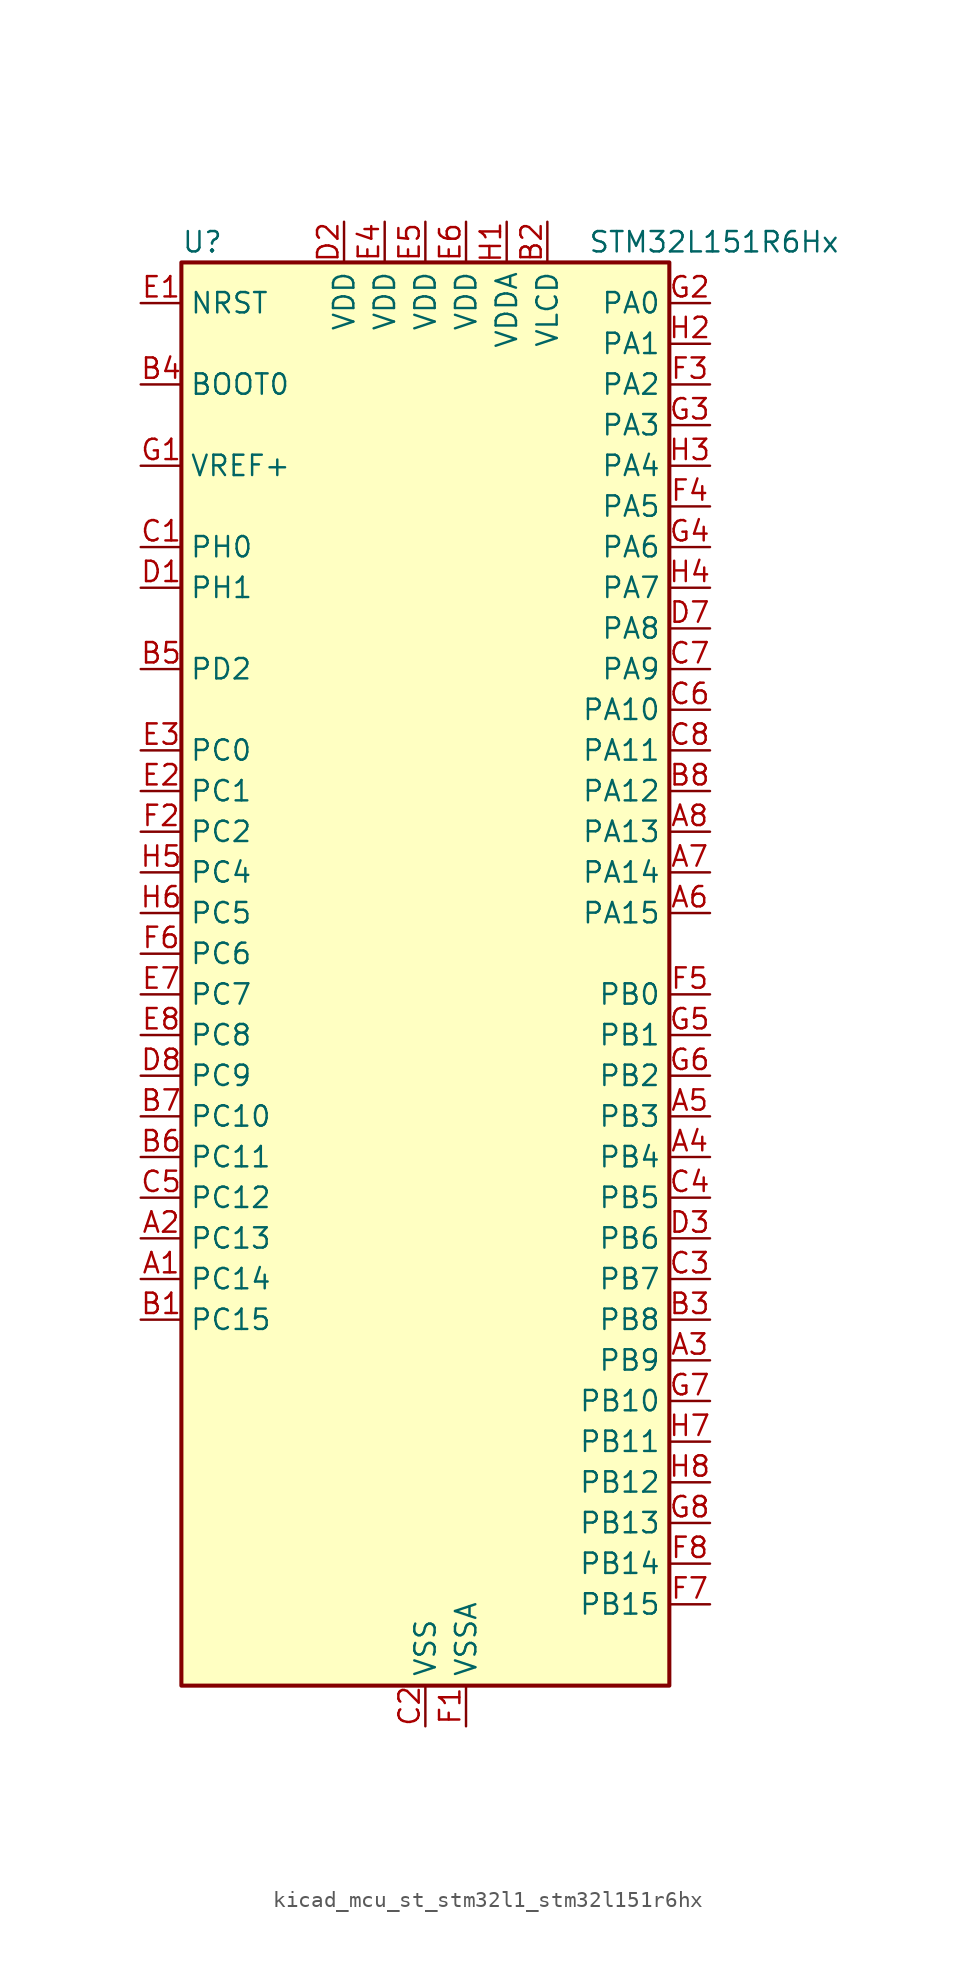
<source format=kicad_sym>
(kicad_symbol_lib
  (version 20220914)
  (generator kicad_symbol_editor)
  (symbol "kicad_mcu_st_stm32l1_stm32l151r6hx"
    (property "Reference" "U"
      (at -15.24 46.99 0)
      (effects (font (size 1.27 1.27)) (justify left)))
    (property "Value" "STM32L151R6Hx"
      (at 10.16 46.99 0)
      (effects (font (size 1.27 1.27)) (justify left)))
    (property "ki_locked" ""
      (at 0 0 0)
      (effects (font (size 1.27 1.27))))
    (symbol "kicad_mcu_st_stm32l1_stm32l151r6hx_0_1"
      (rectangle (start -15.24 -43.18) (end 15.24 45.72) (stroke (width 0.254) (type default)) (fill (type background))))
    (symbol "kicad_mcu_st_stm32l1_stm32l151r6hx_1_1"
      (pin bidirectional line (at -17.78 -17.78 0) (length 2.54) (name "PC14" (effects (font (size 1.27 1.27)))) (number "A1" (effects (font (size 1.27 1.27)))) (alternate "RCC_OSC32_IN" bidirectional line) (alternate "TIMX_IC3" bidirectional line))
      (pin bidirectional line (at -17.78 -15.24 0) (length 2.54) (name "PC13" (effects (font (size 1.27 1.27)))) (number "A2" (effects (font (size 1.27 1.27)))) (alternate "RTC_OUT_ALARM" bidirectional line) (alternate "RTC_OUT_CALIB" bidirectional line) (alternate "RTC_TAMP1" bidirectional line) (alternate "RTC_TS" bidirectional line) (alternate "SYS_WKUP2" bidirectional line) (alternate "TIMX_IC2" bidirectional line))
      (pin bidirectional line (at 17.78 -22.86 180) (length 2.54) (name "PB9" (effects (font (size 1.27 1.27)))) (number "A3" (effects (font (size 1.27 1.27)))) (alternate "DAC_EXTI9" bidirectional line) (alternate "I2C1_SDA" bidirectional line) (alternate "TIM11_CH1" bidirectional line) (alternate "TIM4_CH4" bidirectional line))
      (pin bidirectional line (at 17.78 -10.16 180) (length 2.54) (name "PB4" (effects (font (size 1.27 1.27)))) (number "A4" (effects (font (size 1.27 1.27)))) (alternate "COMP2_INP" bidirectional line) (alternate "SPI1_MISO" bidirectional line) (alternate "SYS_JTRST" bidirectional line) (alternate "TIM3_CH1" bidirectional line) (alternate "TS_G6_IO1" bidirectional line))
      (pin bidirectional line (at 17.78 -7.62 180) (length 2.54) (name "PB3" (effects (font (size 1.27 1.27)))) (number "A5" (effects (font (size 1.27 1.27)))) (alternate "COMP2_INM" bidirectional line) (alternate "SPI1_SCK" bidirectional line) (alternate "SYS_JTDO-TRACESWO" bidirectional line) (alternate "TIM2_CH2" bidirectional line))
      (pin bidirectional line (at 17.78 5.08 180) (length 2.54) (name "PA15" (effects (font (size 1.27 1.27)))) (number "A6" (effects (font (size 1.27 1.27)))) (alternate "ADC_EXTI15" bidirectional line) (alternate "SPI1_NSS" bidirectional line) (alternate "SYS_JTDI" bidirectional line) (alternate "TIM2_CH1" bidirectional line) (alternate "TIM2_ETR" bidirectional line) (alternate "TIMX_IC4" bidirectional line) (alternate "TS_G5_IO3" bidirectional line))
      (pin bidirectional line (at 17.78 7.62 180) (length 2.54) (name "PA14" (effects (font (size 1.27 1.27)))) (number "A7" (effects (font (size 1.27 1.27)))) (alternate "SYS_JTCK-SWCLK" bidirectional line) (alternate "TIMX_IC3" bidirectional line) (alternate "TS_G5_IO2" bidirectional line))
      (pin bidirectional line (at 17.78 10.16 180) (length 2.54) (name "PA13" (effects (font (size 1.27 1.27)))) (number "A8" (effects (font (size 1.27 1.27)))) (alternate "SYS_JTMS-SWDIO" bidirectional line) (alternate "TIMX_IC2" bidirectional line) (alternate "TS_G5_IO1" bidirectional line))
      (pin bidirectional line (at -17.78 -20.32 0) (length 2.54) (name "PC15" (effects (font (size 1.27 1.27)))) (number "B1" (effects (font (size 1.27 1.27)))) (alternate "ADC_EXTI15" bidirectional line) (alternate "RCC_OSC32_OUT" bidirectional line) (alternate "TIMX_IC4" bidirectional line))
      (pin power_in line (at 7.62 48.26 270) (length 2.54) (name "VLCD" (effects (font (size 1.27 1.27)))) (number "B2" (effects (font (size 1.27 1.27)))))
      (pin bidirectional line (at 17.78 -20.32 180) (length 2.54) (name "PB8" (effects (font (size 1.27 1.27)))) (number "B3" (effects (font (size 1.27 1.27)))) (alternate "I2C1_SCL" bidirectional line) (alternate "TIM10_CH1" bidirectional line) (alternate "TIM4_CH3" bidirectional line))
      (pin input line (at -17.78 38.1 0) (length 2.54) (name "BOOT0" (effects (font (size 1.27 1.27)))) (number "B4" (effects (font (size 1.27 1.27)))))
      (pin bidirectional line (at -17.78 20.32 0) (length 2.54) (name "PD2" (effects (font (size 1.27 1.27)))) (number "B5" (effects (font (size 1.27 1.27)))) (alternate "TIM3_ETR" bidirectional line) (alternate "TIMX_IC3" bidirectional line))
      (pin bidirectional line (at -17.78 -10.16 0) (length 2.54) (name "PC11" (effects (font (size 1.27 1.27)))) (number "B6" (effects (font (size 1.27 1.27)))) (alternate "ADC_EXTI11" bidirectional line) (alternate "TIMX_IC4" bidirectional line) (alternate "USART3_RX" bidirectional line))
      (pin bidirectional line (at -17.78 -7.62 0) (length 2.54) (name "PC10" (effects (font (size 1.27 1.27)))) (number "B7" (effects (font (size 1.27 1.27)))) (alternate "TIMX_IC3" bidirectional line) (alternate "USART3_TX" bidirectional line))
      (pin bidirectional line (at 17.78 12.7 180) (length 2.54) (name "PA12" (effects (font (size 1.27 1.27)))) (number "B8" (effects (font (size 1.27 1.27)))) (alternate "SPI1_MOSI" bidirectional line) (alternate "TIMX_IC1" bidirectional line) (alternate "USART1_RTS" bidirectional line) (alternate "USB_DP" bidirectional line))
      (pin bidirectional line (at -17.78 27.94 0) (length 2.54) (name "PH0" (effects (font (size 1.27 1.27)))) (number "C1" (effects (font (size 1.27 1.27)))) (alternate "RCC_OSC_IN" bidirectional line))
      (pin power_in line (at 0 -45.72 90) (length 2.54) (name "VSS" (effects (font (size 1.27 1.27)))) (number "C2" (effects (font (size 1.27 1.27)))))
      (pin bidirectional line (at 17.78 -17.78 180) (length 2.54) (name "PB7" (effects (font (size 1.27 1.27)))) (number "C3" (effects (font (size 1.27 1.27)))) (alternate "I2C1_SDA" bidirectional line) (alternate "SYS_PVD_IN" bidirectional line) (alternate "TIM4_CH2" bidirectional line) (alternate "USART1_RX" bidirectional line))
      (pin bidirectional line (at 17.78 -12.7 180) (length 2.54) (name "PB5" (effects (font (size 1.27 1.27)))) (number "C4" (effects (font (size 1.27 1.27)))) (alternate "COMP2_INP" bidirectional line) (alternate "I2C1_SMBA" bidirectional line) (alternate "SPI1_MOSI" bidirectional line) (alternate "TIM3_CH2" bidirectional line) (alternate "TS_G6_IO2" bidirectional line))
      (pin bidirectional line (at -17.78 -12.7 0) (length 2.54) (name "PC12" (effects (font (size 1.27 1.27)))) (number "C5" (effects (font (size 1.27 1.27)))) (alternate "TIMX_IC1" bidirectional line) (alternate "USART3_CK" bidirectional line))
      (pin bidirectional line (at 17.78 17.78 180) (length 2.54) (name "PA10" (effects (font (size 1.27 1.27)))) (number "C6" (effects (font (size 1.27 1.27)))) (alternate "TIMX_IC3" bidirectional line) (alternate "TS_G4_IO3" bidirectional line) (alternate "USART1_RX" bidirectional line))
      (pin bidirectional line (at 17.78 20.32 180) (length 2.54) (name "PA9" (effects (font (size 1.27 1.27)))) (number "C7" (effects (font (size 1.27 1.27)))) (alternate "DAC_EXTI9" bidirectional line) (alternate "TIMX_IC2" bidirectional line) (alternate "TS_G4_IO2" bidirectional line) (alternate "USART1_TX" bidirectional line))
      (pin bidirectional line (at 17.78 15.24 180) (length 2.54) (name "PA11" (effects (font (size 1.27 1.27)))) (number "C8" (effects (font (size 1.27 1.27)))) (alternate "ADC_EXTI11" bidirectional line) (alternate "SPI1_MISO" bidirectional line) (alternate "TIMX_IC4" bidirectional line) (alternate "USART1_CTS" bidirectional line) (alternate "USB_DM" bidirectional line))
      (pin bidirectional line (at -17.78 25.4 0) (length 2.54) (name "PH1" (effects (font (size 1.27 1.27)))) (number "D1" (effects (font (size 1.27 1.27)))) (alternate "RCC_OSC_OUT" bidirectional line))
      (pin power_in line (at -5.08 48.26 270) (length 2.54) (name "VDD" (effects (font (size 1.27 1.27)))) (number "D2" (effects (font (size 1.27 1.27)))))
      (pin bidirectional line (at 17.78 -15.24 180) (length 2.54) (name "PB6" (effects (font (size 1.27 1.27)))) (number "D3" (effects (font (size 1.27 1.27)))) (alternate "I2C1_SCL" bidirectional line) (alternate "TIM4_CH1" bidirectional line) (alternate "USART1_TX" bidirectional line))
      (pin passive line (at 0 -45.72 90) (length 2.54) hide (name "VSS" (effects (font (size 1.27 1.27)))) (number "D4" (effects (font (size 1.27 1.27)))))
      (pin passive line (at 0 -45.72 90) (length 2.54) hide (name "VSS" (effects (font (size 1.27 1.27)))) (number "D5" (effects (font (size 1.27 1.27)))))
      (pin passive line (at 0 -45.72 90) (length 2.54) hide (name "VSS" (effects (font (size 1.27 1.27)))) (number "D6" (effects (font (size 1.27 1.27)))))
      (pin bidirectional line (at 17.78 22.86 180) (length 2.54) (name "PA8" (effects (font (size 1.27 1.27)))) (number "D7" (effects (font (size 1.27 1.27)))) (alternate "RCC_MCO" bidirectional line) (alternate "TIMX_IC1" bidirectional line) (alternate "TS_G4_IO1" bidirectional line) (alternate "USART1_CK" bidirectional line))
      (pin bidirectional line (at -17.78 -5.08 0) (length 2.54) (name "PC9" (effects (font (size 1.27 1.27)))) (number "D8" (effects (font (size 1.27 1.27)))) (alternate "DAC_EXTI9" bidirectional line) (alternate "TIM3_CH4" bidirectional line) (alternate "TIMX_IC2" bidirectional line) (alternate "TS_G10_IO4" bidirectional line))
      (pin input line (at -17.78 43.18 0) (length 2.54) (name "NRST" (effects (font (size 1.27 1.27)))) (number "E1" (effects (font (size 1.27 1.27)))))
      (pin bidirectional line (at -17.78 12.7 0) (length 2.54) (name "PC1" (effects (font (size 1.27 1.27)))) (number "E2" (effects (font (size 1.27 1.27)))) (alternate "ADC_IN11" bidirectional line) (alternate "COMP1_INP" bidirectional line) (alternate "TIMX_IC2" bidirectional line) (alternate "TS_G8_IO2" bidirectional line))
      (pin bidirectional line (at -17.78 15.24 0) (length 2.54) (name "PC0" (effects (font (size 1.27 1.27)))) (number "E3" (effects (font (size 1.27 1.27)))) (alternate "ADC_IN10" bidirectional line) (alternate "COMP1_INP" bidirectional line) (alternate "TIMX_IC1" bidirectional line) (alternate "TS_G8_IO1" bidirectional line))
      (pin power_in line (at -2.54 48.26 270) (length 2.54) (name "VDD" (effects (font (size 1.27 1.27)))) (number "E4" (effects (font (size 1.27 1.27)))))
      (pin power_in line (at 0 48.26 270) (length 2.54) (name "VDD" (effects (font (size 1.27 1.27)))) (number "E5" (effects (font (size 1.27 1.27)))))
      (pin power_in line (at 2.54 48.26 270) (length 2.54) (name "VDD" (effects (font (size 1.27 1.27)))) (number "E6" (effects (font (size 1.27 1.27)))))
      (pin bidirectional line (at -17.78 0 0) (length 2.54) (name "PC7" (effects (font (size 1.27 1.27)))) (number "E7" (effects (font (size 1.27 1.27)))) (alternate "TIM3_CH2" bidirectional line) (alternate "TIMX_IC4" bidirectional line) (alternate "TS_G10_IO2" bidirectional line))
      (pin bidirectional line (at -17.78 -2.54 0) (length 2.54) (name "PC8" (effects (font (size 1.27 1.27)))) (number "E8" (effects (font (size 1.27 1.27)))) (alternate "TIM3_CH3" bidirectional line) (alternate "TIMX_IC1" bidirectional line) (alternate "TS_G10_IO3" bidirectional line))
      (pin power_in line (at 2.54 -45.72 90) (length 2.54) (name "VSSA" (effects (font (size 1.27 1.27)))) (number "F1" (effects (font (size 1.27 1.27)))))
      (pin bidirectional line (at -17.78 10.16 0) (length 2.54) (name "PC2" (effects (font (size 1.27 1.27)))) (number "F2" (effects (font (size 1.27 1.27)))) (alternate "ADC_IN12" bidirectional line) (alternate "COMP1_INP" bidirectional line) (alternate "TIMX_IC3" bidirectional line) (alternate "TS_G8_IO3" bidirectional line))
      (pin bidirectional line (at 17.78 38.1 180) (length 2.54) (name "PA2" (effects (font (size 1.27 1.27)))) (number "F3" (effects (font (size 1.27 1.27)))) (alternate "ADC_IN2" bidirectional line) (alternate "COMP1_INP" bidirectional line) (alternate "TIM2_CH3" bidirectional line) (alternate "TIM9_CH1" bidirectional line) (alternate "TIMX_IC3" bidirectional line) (alternate "TS_G1_IO3" bidirectional line) (alternate "USART2_TX" bidirectional line))
      (pin bidirectional line (at 17.78 30.48 180) (length 2.54) (name "PA5" (effects (font (size 1.27 1.27)))) (number "F4" (effects (font (size 1.27 1.27)))) (alternate "ADC_IN5" bidirectional line) (alternate "COMP1_INP" bidirectional line) (alternate "DAC_OUT2" bidirectional line) (alternate "SPI1_SCK" bidirectional line) (alternate "TIM2_CH1" bidirectional line) (alternate "TIM2_ETR" bidirectional line) (alternate "TIMX_IC2" bidirectional line))
      (pin bidirectional line (at 17.78 0 180) (length 2.54) (name "PB0" (effects (font (size 1.27 1.27)))) (number "F5" (effects (font (size 1.27 1.27)))) (alternate "ADC_IN8" bidirectional line) (alternate "COMP1_INP" bidirectional line) (alternate "SYS_V_REF_OUT" bidirectional line) (alternate "TIM3_CH3" bidirectional line) (alternate "TS_G3_IO1" bidirectional line))
      (pin bidirectional line (at -17.78 2.54 0) (length 2.54) (name "PC6" (effects (font (size 1.27 1.27)))) (number "F6" (effects (font (size 1.27 1.27)))) (alternate "TIM3_CH1" bidirectional line) (alternate "TIMX_IC3" bidirectional line) (alternate "TS_G10_IO1" bidirectional line))
      (pin bidirectional line (at 17.78 -38.1 180) (length 2.54) (name "PB15" (effects (font (size 1.27 1.27)))) (number "F7" (effects (font (size 1.27 1.27)))) (alternate "ADC_EXTI15" bidirectional line) (alternate "ADC_IN21" bidirectional line) (alternate "COMP1_INP" bidirectional line) (alternate "RTC_REFIN" bidirectional line) (alternate "SPI2_MOSI" bidirectional line) (alternate "TIM11_CH1" bidirectional line) (alternate "TS_G7_IO4" bidirectional line))
      (pin bidirectional line (at 17.78 -35.56 180) (length 2.54) (name "PB14" (effects (font (size 1.27 1.27)))) (number "F8" (effects (font (size 1.27 1.27)))) (alternate "ADC_IN20" bidirectional line) (alternate "COMP1_INP" bidirectional line) (alternate "SPI2_MISO" bidirectional line) (alternate "TIM9_CH2" bidirectional line) (alternate "TS_G7_IO3" bidirectional line) (alternate "USART3_RTS" bidirectional line))
      (pin input line (at -17.78 33.02 0) (length 2.54) (name "VREF+" (effects (font (size 1.27 1.27)))) (number "G1" (effects (font (size 1.27 1.27)))))
      (pin bidirectional line (at 17.78 43.18 180) (length 2.54) (name "PA0" (effects (font (size 1.27 1.27)))) (number "G2" (effects (font (size 1.27 1.27)))) (alternate "ADC_IN0" bidirectional line) (alternate "COMP1_INP" bidirectional line) (alternate "SYS_WKUP1" bidirectional line) (alternate "TIM2_CH1" bidirectional line) (alternate "TIM2_ETR" bidirectional line) (alternate "TIMX_IC1" bidirectional line) (alternate "TS_G1_IO1" bidirectional line) (alternate "USART2_CTS" bidirectional line))
      (pin bidirectional line (at 17.78 35.56 180) (length 2.54) (name "PA3" (effects (font (size 1.27 1.27)))) (number "G3" (effects (font (size 1.27 1.27)))) (alternate "ADC_IN3" bidirectional line) (alternate "COMP1_INP" bidirectional line) (alternate "TIM2_CH4" bidirectional line) (alternate "TIM9_CH2" bidirectional line) (alternate "TIMX_IC4" bidirectional line) (alternate "TS_G1_IO4" bidirectional line) (alternate "USART2_RX" bidirectional line))
      (pin bidirectional line (at 17.78 27.94 180) (length 2.54) (name "PA6" (effects (font (size 1.27 1.27)))) (number "G4" (effects (font (size 1.27 1.27)))) (alternate "ADC_IN6" bidirectional line) (alternate "COMP1_INP" bidirectional line) (alternate "SPI1_MISO" bidirectional line) (alternate "TIM10_CH1" bidirectional line) (alternate "TIM3_CH1" bidirectional line) (alternate "TIMX_IC3" bidirectional line) (alternate "TS_G2_IO1" bidirectional line))
      (pin bidirectional line (at 17.78 -2.54 180) (length 2.54) (name "PB1" (effects (font (size 1.27 1.27)))) (number "G5" (effects (font (size 1.27 1.27)))) (alternate "ADC_IN9" bidirectional line) (alternate "COMP1_INP" bidirectional line) (alternate "SYS_V_REF_OUT" bidirectional line) (alternate "TIM3_CH4" bidirectional line) (alternate "TS_G3_IO2" bidirectional line))
      (pin bidirectional line (at 17.78 -5.08 180) (length 2.54) (name "PB2" (effects (font (size 1.27 1.27)))) (number "G6" (effects (font (size 1.27 1.27)))))
      (pin bidirectional line (at 17.78 -25.4 180) (length 2.54) (name "PB10" (effects (font (size 1.27 1.27)))) (number "G7" (effects (font (size 1.27 1.27)))) (alternate "I2C2_SCL" bidirectional line) (alternate "TIM2_CH3" bidirectional line) (alternate "USART3_TX" bidirectional line))
      (pin bidirectional line (at 17.78 -33.02 180) (length 2.54) (name "PB13" (effects (font (size 1.27 1.27)))) (number "G8" (effects (font (size 1.27 1.27)))) (alternate "ADC_IN19" bidirectional line) (alternate "COMP1_INP" bidirectional line) (alternate "SPI2_SCK" bidirectional line) (alternate "TIM9_CH1" bidirectional line) (alternate "TS_G7_IO2" bidirectional line) (alternate "USART3_CTS" bidirectional line))
      (pin power_in line (at 5.08 48.26 270) (length 2.54) (name "VDDA" (effects (font (size 1.27 1.27)))) (number "H1" (effects (font (size 1.27 1.27)))))
      (pin bidirectional line (at 17.78 40.64 180) (length 2.54) (name "PA1" (effects (font (size 1.27 1.27)))) (number "H2" (effects (font (size 1.27 1.27)))) (alternate "ADC_IN1" bidirectional line) (alternate "COMP1_INP" bidirectional line) (alternate "TIM2_CH2" bidirectional line) (alternate "TIMX_IC2" bidirectional line) (alternate "TS_G1_IO2" bidirectional line) (alternate "USART2_RTS" bidirectional line))
      (pin bidirectional line (at 17.78 33.02 180) (length 2.54) (name "PA4" (effects (font (size 1.27 1.27)))) (number "H3" (effects (font (size 1.27 1.27)))) (alternate "ADC_IN4" bidirectional line) (alternate "COMP1_INP" bidirectional line) (alternate "DAC_OUT1" bidirectional line) (alternate "SPI1_NSS" bidirectional line) (alternate "TIMX_IC1" bidirectional line) (alternate "USART2_CK" bidirectional line))
      (pin bidirectional line (at 17.78 25.4 180) (length 2.54) (name "PA7" (effects (font (size 1.27 1.27)))) (number "H4" (effects (font (size 1.27 1.27)))) (alternate "ADC_IN7" bidirectional line) (alternate "COMP1_INP" bidirectional line) (alternate "SPI1_MOSI" bidirectional line) (alternate "TIM11_CH1" bidirectional line) (alternate "TIM3_CH2" bidirectional line) (alternate "TIMX_IC4" bidirectional line) (alternate "TS_G2_IO2" bidirectional line))
      (pin bidirectional line (at -17.78 7.62 0) (length 2.54) (name "PC4" (effects (font (size 1.27 1.27)))) (number "H5" (effects (font (size 1.27 1.27)))) (alternate "ADC_IN14" bidirectional line) (alternate "COMP1_INP" bidirectional line) (alternate "TIMX_IC1" bidirectional line) (alternate "TS_G9_IO1" bidirectional line))
      (pin bidirectional line (at -17.78 5.08 0) (length 2.54) (name "PC5" (effects (font (size 1.27 1.27)))) (number "H6" (effects (font (size 1.27 1.27)))) (alternate "ADC_IN15" bidirectional line) (alternate "COMP1_INP" bidirectional line) (alternate "TIMX_IC2" bidirectional line) (alternate "TS_G9_IO2" bidirectional line))
      (pin bidirectional line (at 17.78 -27.94 180) (length 2.54) (name "PB11" (effects (font (size 1.27 1.27)))) (number "H7" (effects (font (size 1.27 1.27)))) (alternate "ADC_EXTI11" bidirectional line) (alternate "I2C2_SDA" bidirectional line) (alternate "TIM2_CH4" bidirectional line) (alternate "USART3_RX" bidirectional line))
      (pin bidirectional line (at 17.78 -30.48 180) (length 2.54) (name "PB12" (effects (font (size 1.27 1.27)))) (number "H8" (effects (font (size 1.27 1.27)))) (alternate "ADC_IN18" bidirectional line) (alternate "COMP1_INP" bidirectional line) (alternate "I2C2_SMBA" bidirectional line) (alternate "SPI2_NSS" bidirectional line) (alternate "TIM10_CH1" bidirectional line) (alternate "TS_G7_IO1" bidirectional line) (alternate "USART3_CK" bidirectional line)))))
</source>
